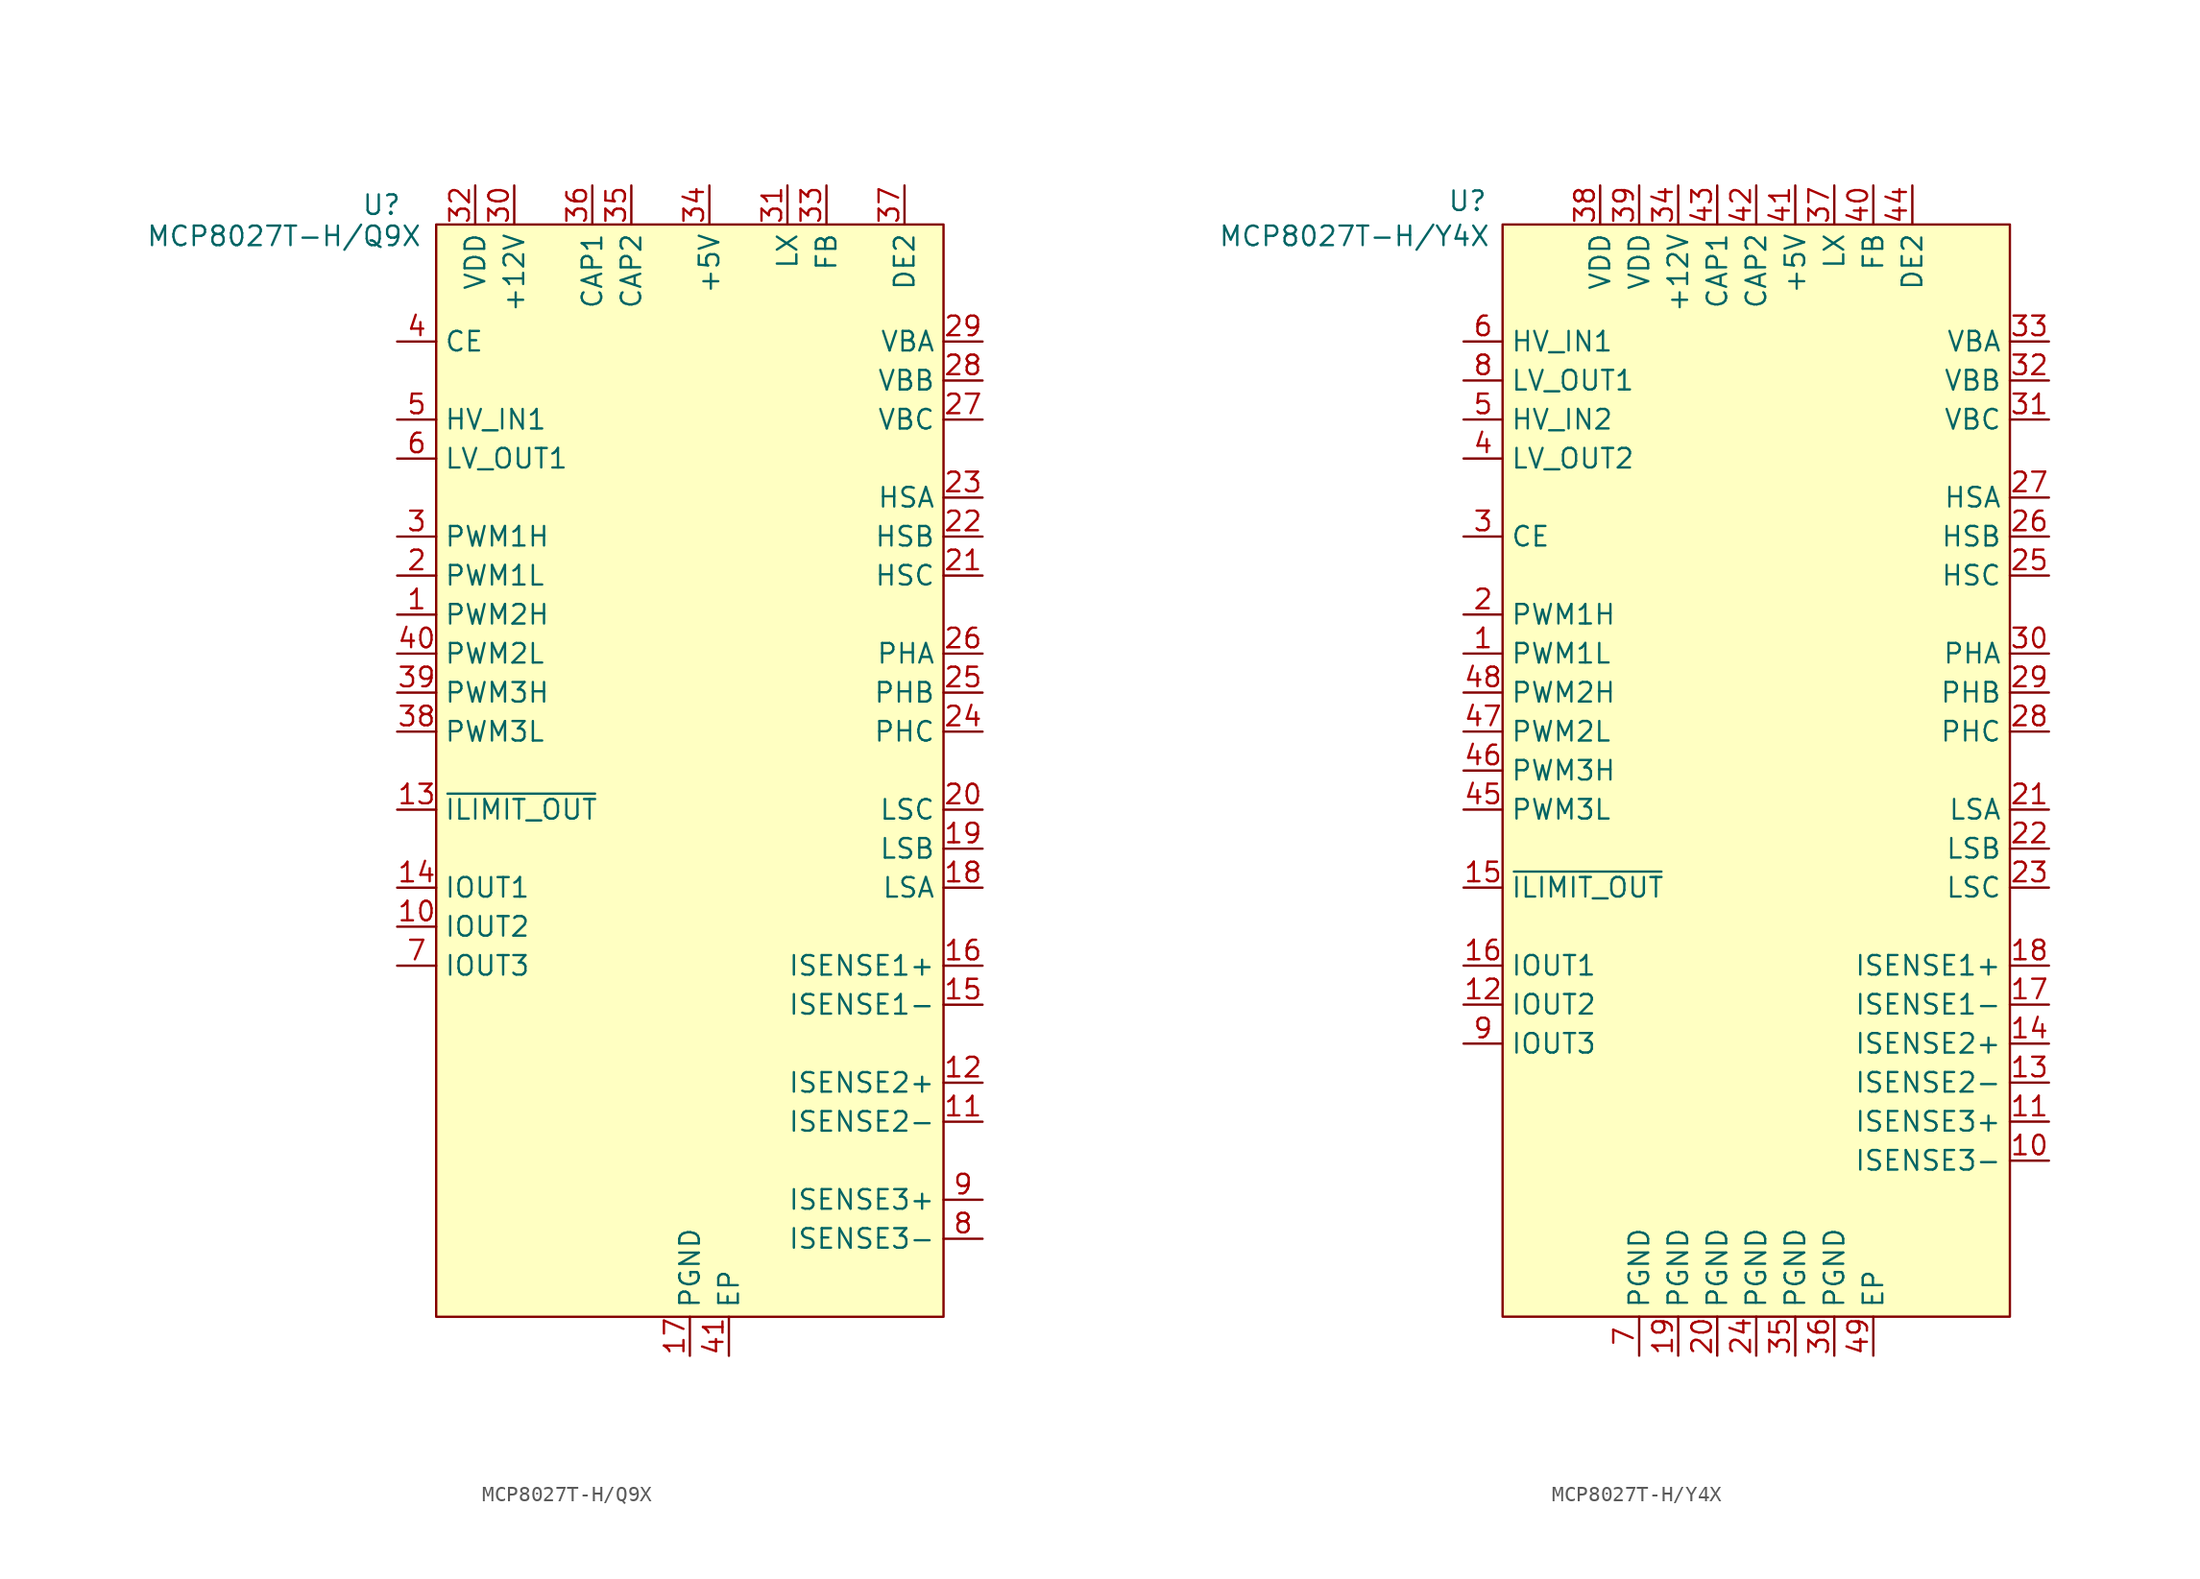
<source format=kicad_sym>
(kicad_symbol_lib
  (version 20241209)
  (generator "kicad_symbol_editor")
  (generator_version "9.0")
  (symbol "MCP8027T-H/Q9X"
    (property "Reference" "U"
      (at -20.066 1.27 0)
      (effects (font (size 1.27 1.27))))
    (property "Value" "MCP8027T-H/Q9X"
      (at -26.416 -0.762 0)
      (effects (font (size 1.27 1.27))))
    (symbol "MCP8027T-H/Q9X_0_0"
      (pin unspecified line (at -19.05 -7.62 0) (length 2.54) (name "CE" (effects (font (size 1.27 1.27)))) (number "4" (effects (font (size 1.27 1.27)))))
      (pin unspecified line (at -19.05 -12.7 0) (length 2.54) (name "HV_IN1" (effects (font (size 1.27 1.27)))) (number "5" (effects (font (size 1.27 1.27)))))
      (pin unspecified line (at -19.05 -15.24 0) (length 2.54) (name "LV_OUT1" (effects (font (size 1.27 1.27)))) (number "6" (effects (font (size 1.27 1.27)))))
      (pin unspecified line (at -19.05 -20.32 0) (length 2.54) (name "PWM1H" (effects (font (size 1.27 1.27)))) (number "3" (effects (font (size 1.27 1.27)))))
      (pin unspecified line (at -19.05 -22.86 0) (length 2.54) (name "PWM1L" (effects (font (size 1.27 1.27)))) (number "2" (effects (font (size 1.27 1.27)))))
      (pin unspecified line (at -19.05 -25.4 0) (length 2.54) (name "PWM2H" (effects (font (size 1.27 1.27)))) (number "1" (effects (font (size 1.27 1.27)))))
      (pin unspecified line (at -19.05 -27.94 0) (length 2.54) (name "PWM2L" (effects (font (size 1.27 1.27)))) (number "40" (effects (font (size 1.27 1.27)))))
      (pin unspecified line (at -19.05 -30.48 0) (length 2.54) (name "PWM3H" (effects (font (size 1.27 1.27)))) (number "39" (effects (font (size 1.27 1.27)))))
      (pin unspecified line (at -19.05 -33.02 0) (length 2.54) (name "PWM3L" (effects (font (size 1.27 1.27)))) (number "38" (effects (font (size 1.27 1.27)))))
      (pin unspecified line (at -19.05 -38.1 0) (length 2.54) (name "~{ILIMIT_OUT}" (effects (font (size 1.27 1.27)))) (number "13" (effects (font (size 1.27 1.27)))))
      (pin unspecified line (at -19.05 -43.18 0) (length 2.54) (name "IOUT1" (effects (font (size 1.27 1.27)))) (number "14" (effects (font (size 1.27 1.27)))))
      (pin unspecified line (at -19.05 -45.72 0) (length 2.54) (name "IOUT2" (effects (font (size 1.27 1.27)))) (number "10" (effects (font (size 1.27 1.27)))))
      (pin unspecified line (at -19.05 -48.26 0) (length 2.54) (name "IOUT3" (effects (font (size 1.27 1.27)))) (number "7" (effects (font (size 1.27 1.27)))))
      (pin unspecified line (at -13.97 2.54 270) (length 2.54) (name "VDD" (effects (font (size 1.27 1.27)))) (number "32" (effects (font (size 1.27 1.27)))))
      (pin unspecified line (at -11.43 2.54 270) (length 2.54) (name "+12V" (effects (font (size 1.27 1.27)))) (number "30" (effects (font (size 1.27 1.27)))))
      (pin unspecified line (at -6.35 2.54 270) (length 2.54) (name "CAP1" (effects (font (size 1.27 1.27)))) (number "36" (effects (font (size 1.27 1.27)))))
      (pin unspecified line (at -3.81 2.54 270) (length 2.54) (name "CAP2" (effects (font (size 1.27 1.27)))) (number "35" (effects (font (size 1.27 1.27)))))
      (pin unspecified line (at 0 -73.66 90) (length 2.54) (name "PGND" (effects (font (size 1.27 1.27)))) (number "17" (effects (font (size 1.27 1.27)))))
      (pin unspecified line (at 1.27 2.54 270) (length 2.54) (name "+5V" (effects (font (size 1.27 1.27)))) (number "34" (effects (font (size 1.27 1.27)))))
      (pin unspecified line (at 2.54 -73.66 90) (length 2.54) (name "EP" (effects (font (size 1.27 1.27)))) (number "41" (effects (font (size 1.27 1.27)))))
      (pin unspecified line (at 6.35 2.54 270) (length 2.54) (name "LX" (effects (font (size 1.27 1.27)))) (number "31" (effects (font (size 1.27 1.27)))))
      (pin unspecified line (at 8.89 2.54 270) (length 2.54) (name "FB" (effects (font (size 1.27 1.27)))) (number "33" (effects (font (size 1.27 1.27)))))
      (pin unspecified line (at 13.97 2.54 270) (length 2.54) (name "DE2" (effects (font (size 1.27 1.27)))) (number "37" (effects (font (size 1.27 1.27)))))
      (pin unspecified line (at 19.05 -7.62 180) (length 2.54) (name "VBA" (effects (font (size 1.27 1.27)))) (number "29" (effects (font (size 1.27 1.27)))))
      (pin unspecified line (at 19.05 -10.16 180) (length 2.54) (name "VBB" (effects (font (size 1.27 1.27)))) (number "28" (effects (font (size 1.27 1.27)))))
      (pin unspecified line (at 19.05 -12.7 180) (length 2.54) (name "VBC" (effects (font (size 1.27 1.27)))) (number "27" (effects (font (size 1.27 1.27)))))
      (pin unspecified line (at 19.05 -17.78 180) (length 2.54) (name "HSA" (effects (font (size 1.27 1.27)))) (number "23" (effects (font (size 1.27 1.27)))))
      (pin unspecified line (at 19.05 -20.32 180) (length 2.54) (name "HSB" (effects (font (size 1.27 1.27)))) (number "22" (effects (font (size 1.27 1.27)))))
      (pin unspecified line (at 19.05 -22.86 180) (length 2.54) (name "HSC" (effects (font (size 1.27 1.27)))) (number "21" (effects (font (size 1.27 1.27)))))
      (pin unspecified line (at 19.05 -27.94 180) (length 2.54) (name "PHA" (effects (font (size 1.27 1.27)))) (number "26" (effects (font (size 1.27 1.27)))))
      (pin unspecified line (at 19.05 -30.48 180) (length 2.54) (name "PHB" (effects (font (size 1.27 1.27)))) (number "25" (effects (font (size 1.27 1.27)))))
      (pin unspecified line (at 19.05 -33.02 180) (length 2.54) (name "PHC" (effects (font (size 1.27 1.27)))) (number "24" (effects (font (size 1.27 1.27)))))
      (pin unspecified line (at 19.05 -38.1 180) (length 2.54) (name "LSC" (effects (font (size 1.27 1.27)))) (number "20" (effects (font (size 1.27 1.27)))))
      (pin unspecified line (at 19.05 -40.64 180) (length 2.54) (name "LSB" (effects (font (size 1.27 1.27)))) (number "19" (effects (font (size 1.27 1.27)))))
      (pin unspecified line (at 19.05 -43.18 180) (length 2.54) (name "LSA" (effects (font (size 1.27 1.27)))) (number "18" (effects (font (size 1.27 1.27)))))
      (pin unspecified line (at 19.05 -48.26 180) (length 2.54) (name "ISENSE1+" (effects (font (size 1.27 1.27)))) (number "16" (effects (font (size 1.27 1.27)))))
      (pin unspecified line (at 19.05 -50.8 180) (length 2.54) (name "ISENSE1-" (effects (font (size 1.27 1.27)))) (number "15" (effects (font (size 1.27 1.27)))))
      (pin unspecified line (at 19.05 -55.88 180) (length 2.54) (name "ISENSE2+" (effects (font (size 1.27 1.27)))) (number "12" (effects (font (size 1.27 1.27)))))
      (pin unspecified line (at 19.05 -58.42 180) (length 2.54) (name "ISENSE2-" (effects (font (size 1.27 1.27)))) (number "11" (effects (font (size 1.27 1.27)))))
      (pin unspecified line (at 19.05 -63.5 180) (length 2.54) (name "ISENSE3+" (effects (font (size 1.27 1.27)))) (number "9" (effects (font (size 1.27 1.27)))))
      (pin unspecified line (at 19.05 -66.04 180) (length 2.54) (name "ISENSE3-" (effects (font (size 1.27 1.27)))) (number "8" (effects (font (size 1.27 1.27))))))
    (symbol "MCP8027T-H/Q9X_1_1"
      (rectangle (start -16.51 0) (end 16.51 -71.12) (stroke (width 0) (type solid)) (fill (type background)))))
  (symbol "MCP8027T-H/Y4X"
    (property "Reference" "U"
      (at -18.796 1.524 0)
      (effects (font (size 1.27 1.27))))
    (property "Value" "MCP8027T-H/Y4X"
      (at -26.162 -0.762 0)
      (effects (font (size 1.27 1.27))))
    (symbol "MCP8027T-H/Y4X_0_0"
      (pin unspecified line (at -19.05 -7.62 0) (length 2.54) (name "HV_IN1" (effects (font (size 1.27 1.27)))) (number "6" (effects (font (size 1.27 1.27)))))
      (pin unspecified line (at -19.05 -10.16 0) (length 2.54) (name "LV_OUT1" (effects (font (size 1.27 1.27)))) (number "8" (effects (font (size 1.27 1.27)))))
      (pin unspecified line (at -19.05 -12.7 0) (length 2.54) (name "HV_IN2" (effects (font (size 1.27 1.27)))) (number "5" (effects (font (size 1.27 1.27)))))
      (pin unspecified line (at -19.05 -15.24 0) (length 2.54) (name "LV_OUT2" (effects (font (size 1.27 1.27)))) (number "4" (effects (font (size 1.27 1.27)))))
      (pin unspecified line (at -19.05 -20.32 0) (length 2.54) (name "CE" (effects (font (size 1.27 1.27)))) (number "3" (effects (font (size 1.27 1.27)))))
      (pin unspecified line (at -19.05 -25.4 0) (length 2.54) (name "PWM1H" (effects (font (size 1.27 1.27)))) (number "2" (effects (font (size 1.27 1.27)))))
      (pin unspecified line (at -19.05 -27.94 0) (length 2.54) (name "PWM1L" (effects (font (size 1.27 1.27)))) (number "1" (effects (font (size 1.27 1.27)))))
      (pin unspecified line (at -19.05 -30.48 0) (length 2.54) (name "PWM2H" (effects (font (size 1.27 1.27)))) (number "48" (effects (font (size 1.27 1.27)))))
      (pin unspecified line (at -19.05 -33.02 0) (length 2.54) (name "PWM2L" (effects (font (size 1.27 1.27)))) (number "47" (effects (font (size 1.27 1.27)))))
      (pin unspecified line (at -19.05 -35.56 0) (length 2.54) (name "PWM3H" (effects (font (size 1.27 1.27)))) (number "46" (effects (font (size 1.27 1.27)))))
      (pin unspecified line (at -19.05 -38.1 0) (length 2.54) (name "PWM3L" (effects (font (size 1.27 1.27)))) (number "45" (effects (font (size 1.27 1.27)))))
      (pin unspecified line (at -19.05 -43.18 0) (length 2.54) (name "~{ILIMIT_OUT}" (effects (font (size 1.27 1.27)))) (number "15" (effects (font (size 1.27 1.27)))))
      (pin unspecified line (at -19.05 -48.26 0) (length 2.54) (name "IOUT1" (effects (font (size 1.27 1.27)))) (number "16" (effects (font (size 1.27 1.27)))))
      (pin unspecified line (at -19.05 -50.8 0) (length 2.54) (name "IOUT2" (effects (font (size 1.27 1.27)))) (number "12" (effects (font (size 1.27 1.27)))))
      (pin unspecified line (at -19.05 -53.34 0) (length 2.54) (name "IOUT3" (effects (font (size 1.27 1.27)))) (number "9" (effects (font (size 1.27 1.27)))))
      (pin unspecified line (at -10.16 2.54 270) (length 2.54) (name "VDD" (effects (font (size 1.27 1.27)))) (number "38" (effects (font (size 1.27 1.27)))))
      (pin unspecified line (at -7.62 2.54 270) (length 2.54) (name "VDD" (effects (font (size 1.27 1.27)))) (number "39" (effects (font (size 1.27 1.27)))))
      (pin unspecified line (at -7.62 -73.66 90) (length 2.54) (name "PGND" (effects (font (size 1.27 1.27)))) (number "7" (effects (font (size 1.27 1.27)))))
      (pin unspecified line (at -5.08 2.54 270) (length 2.54) (name "+12V" (effects (font (size 1.27 1.27)))) (number "34" (effects (font (size 1.27 1.27)))))
      (pin unspecified line (at -5.08 -73.66 90) (length 2.54) (name "PGND" (effects (font (size 1.27 1.27)))) (number "19" (effects (font (size 1.27 1.27)))))
      (pin unspecified line (at -2.54 2.54 270) (length 2.54) (name "CAP1" (effects (font (size 1.27 1.27)))) (number "43" (effects (font (size 1.27 1.27)))))
      (pin unspecified line (at -2.54 -73.66 90) (length 2.54) (name "PGND" (effects (font (size 1.27 1.27)))) (number "20" (effects (font (size 1.27 1.27)))))
      (pin unspecified line (at 0 2.54 270) (length 2.54) (name "CAP2" (effects (font (size 1.27 1.27)))) (number "42" (effects (font (size 1.27 1.27)))))
      (pin unspecified line (at 0 -73.66 90) (length 2.54) (name "PGND" (effects (font (size 1.27 1.27)))) (number "24" (effects (font (size 1.27 1.27)))))
      (pin unspecified line (at 2.54 2.54 270) (length 2.54) (name "+5V" (effects (font (size 1.27 1.27)))) (number "41" (effects (font (size 1.27 1.27)))))
      (pin unspecified line (at 2.54 -73.66 90) (length 2.54) (name "PGND" (effects (font (size 1.27 1.27)))) (number "35" (effects (font (size 1.27 1.27)))))
      (pin unspecified line (at 5.08 2.54 270) (length 2.54) (name "LX" (effects (font (size 1.27 1.27)))) (number "37" (effects (font (size 1.27 1.27)))))
      (pin unspecified line (at 5.08 -73.66 90) (length 2.54) (name "PGND" (effects (font (size 1.27 1.27)))) (number "36" (effects (font (size 1.27 1.27)))))
      (pin unspecified line (at 7.62 2.54 270) (length 2.54) (name "FB" (effects (font (size 1.27 1.27)))) (number "40" (effects (font (size 1.27 1.27)))))
      (pin unspecified line (at 7.62 -73.66 90) (length 2.54) (name "EP" (effects (font (size 1.27 1.27)))) (number "49" (effects (font (size 1.27 1.27)))))
      (pin unspecified line (at 10.16 2.54 270) (length 2.54) (name "DE2" (effects (font (size 1.27 1.27)))) (number "44" (effects (font (size 1.27 1.27)))))
      (pin unspecified line (at 19.05 -7.62 180) (length 2.54) (name "VBA" (effects (font (size 1.27 1.27)))) (number "33" (effects (font (size 1.27 1.27)))))
      (pin unspecified line (at 19.05 -10.16 180) (length 2.54) (name "VBB" (effects (font (size 1.27 1.27)))) (number "32" (effects (font (size 1.27 1.27)))))
      (pin unspecified line (at 19.05 -12.7 180) (length 2.54) (name "VBC" (effects (font (size 1.27 1.27)))) (number "31" (effects (font (size 1.27 1.27)))))
      (pin unspecified line (at 19.05 -17.78 180) (length 2.54) (name "HSA" (effects (font (size 1.27 1.27)))) (number "27" (effects (font (size 1.27 1.27)))))
      (pin unspecified line (at 19.05 -20.32 180) (length 2.54) (name "HSB" (effects (font (size 1.27 1.27)))) (number "26" (effects (font (size 1.27 1.27)))))
      (pin unspecified line (at 19.05 -22.86 180) (length 2.54) (name "HSC" (effects (font (size 1.27 1.27)))) (number "25" (effects (font (size 1.27 1.27)))))
      (pin unspecified line (at 19.05 -27.94 180) (length 2.54) (name "PHA" (effects (font (size 1.27 1.27)))) (number "30" (effects (font (size 1.27 1.27)))))
      (pin unspecified line (at 19.05 -30.48 180) (length 2.54) (name "PHB" (effects (font (size 1.27 1.27)))) (number "29" (effects (font (size 1.27 1.27)))))
      (pin unspecified line (at 19.05 -33.02 180) (length 2.54) (name "PHC" (effects (font (size 1.27 1.27)))) (number "28" (effects (font (size 1.27 1.27)))))
      (pin unspecified line (at 19.05 -38.1 180) (length 2.54) (name "LSA" (effects (font (size 1.27 1.27)))) (number "21" (effects (font (size 1.27 1.27)))))
      (pin unspecified line (at 19.05 -40.64 180) (length 2.54) (name "LSB" (effects (font (size 1.27 1.27)))) (number "22" (effects (font (size 1.27 1.27)))))
      (pin unspecified line (at 19.05 -43.18 180) (length 2.54) (name "LSC" (effects (font (size 1.27 1.27)))) (number "23" (effects (font (size 1.27 1.27)))))
      (pin unspecified line (at 19.05 -48.26 180) (length 2.54) (name "ISENSE1+" (effects (font (size 1.27 1.27)))) (number "18" (effects (font (size 1.27 1.27)))))
      (pin unspecified line (at 19.05 -50.8 180) (length 2.54) (name "ISENSE1-" (effects (font (size 1.27 1.27)))) (number "17" (effects (font (size 1.27 1.27)))))
      (pin unspecified line (at 19.05 -53.34 180) (length 2.54) (name "ISENSE2+" (effects (font (size 1.27 1.27)))) (number "14" (effects (font (size 1.27 1.27)))))
      (pin unspecified line (at 19.05 -55.88 180) (length 2.54) (name "ISENSE2-" (effects (font (size 1.27 1.27)))) (number "13" (effects (font (size 1.27 1.27)))))
      (pin unspecified line (at 19.05 -58.42 180) (length 2.54) (name "ISENSE3+" (effects (font (size 1.27 1.27)))) (number "11" (effects (font (size 1.27 1.27)))))
      (pin unspecified line (at 19.05 -60.96 180) (length 2.54) (name "ISENSE3-" (effects (font (size 1.27 1.27)))) (number "10" (effects (font (size 1.27 1.27))))))
    (symbol "MCP8027T-H/Y4X_1_1"
      (rectangle (start -16.51 0) (end 16.51 -71.12) (stroke (width 0) (type solid)) (fill (type background))))))
</source>
